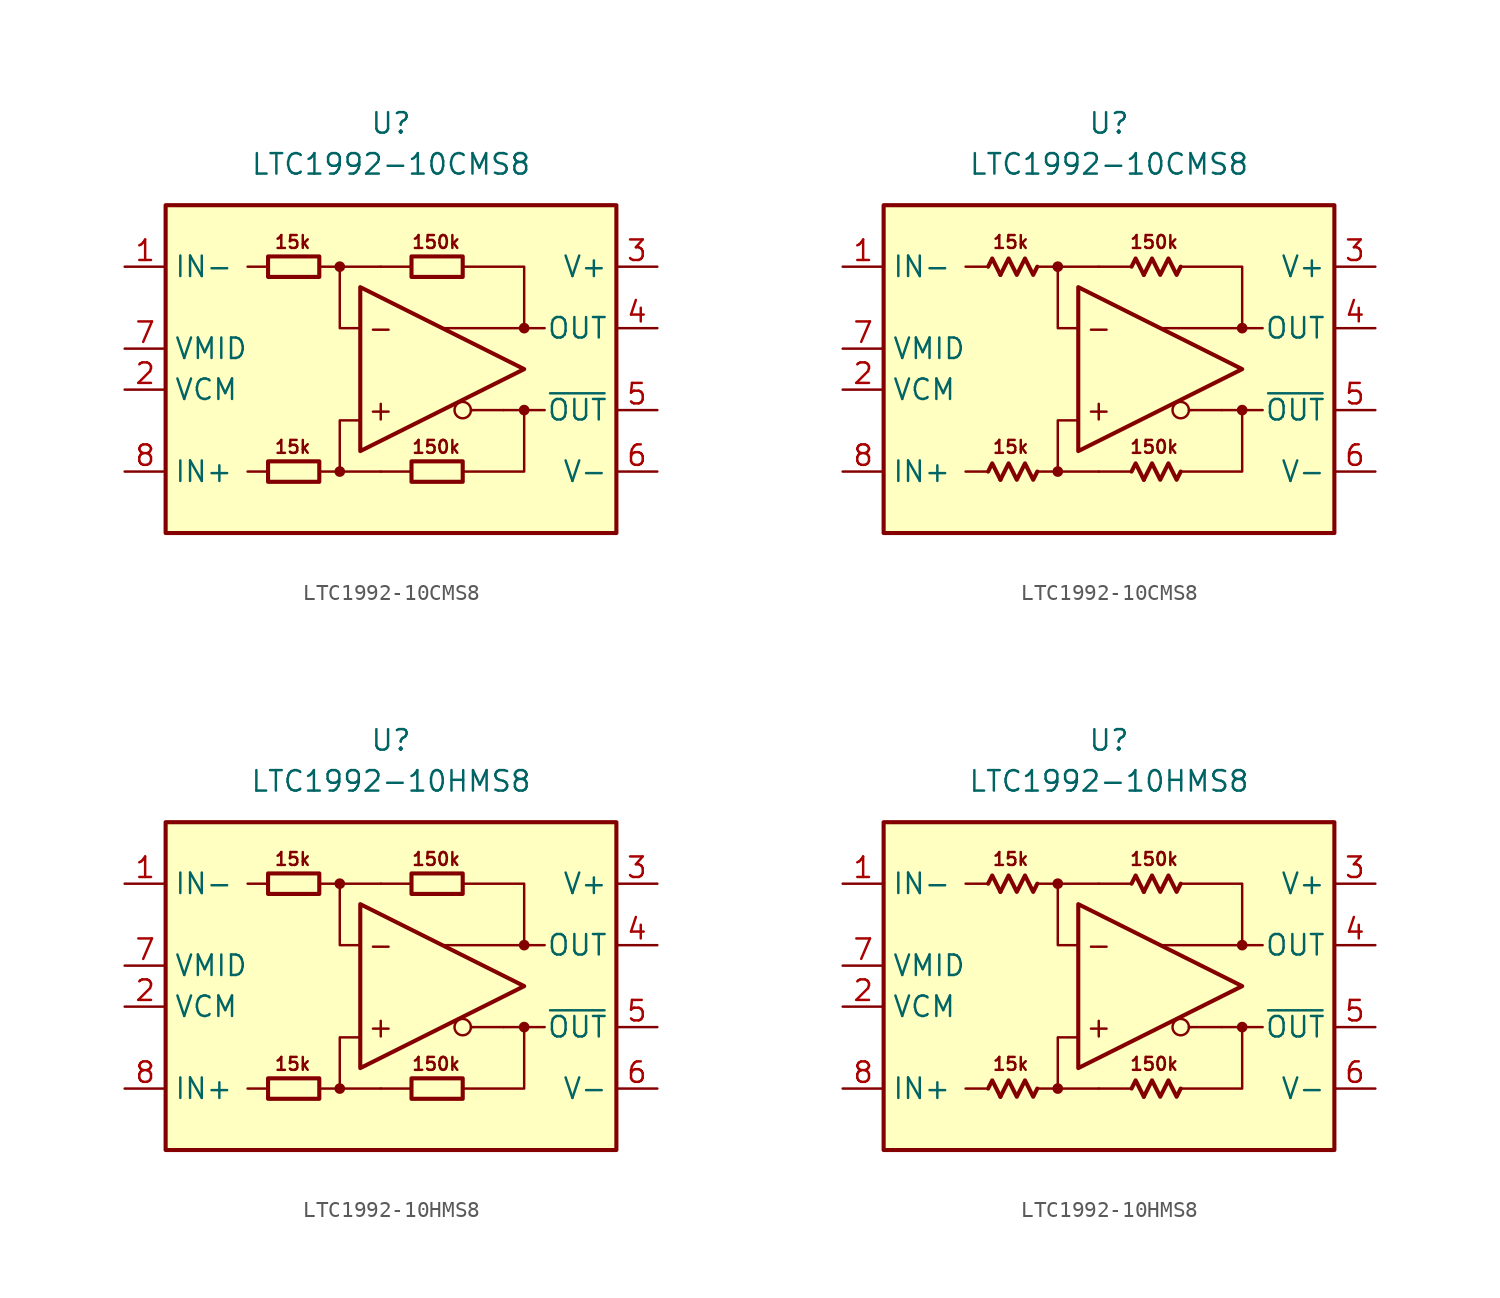
<source format=kicad_sym>
(kicad_symbol_lib
  (version 20231120)
  (generator "kicad_symbol_editor")
  (generator_version "8.0")
  (symbol "LTC1992-10CMS8"
    (property "Reference" "U"
      (at 0 15.24 0)
      (effects (font (size 1.27 1.27))))
    (property "Value" "LTC1992-10CMS8"
      (at 0 12.7 0)
      (effects (font (size 1.27 1.27))))
    (symbol "LTC1992-10CMS8_0_0"
      (rectangle (start -13.97 10.16) (end 13.97 -10.16) (stroke (width 0.254) (type default)) (fill (type background)))
      (circle (center -3.175 -6.35) (radius 0.254) (stroke (width 0.152) (type default)) (fill (type outline)))
      (circle (center -3.175 6.35) (radius 0.254) (stroke (width 0.152) (type default)) (fill (type outline)))
      (polyline (pts (xy -7.62 -6.35) (xy -8.89 -6.35)) (stroke (width 0.152) (type default)) (fill (type none)))
      (polyline (pts (xy -7.62 6.35) (xy -8.89 6.35)) (stroke (width 0.152) (type default)) (fill (type none)))
      (polyline (pts (xy -3.175 6.35) (xy -0.635 6.35)) (stroke (width 0.152) (type default)) (fill (type none)))
      (polyline (pts (xy -0.635 -6.35) (xy -3.175 -6.35)) (stroke (width 0.152) (type default)) (fill (type none)))
      (polyline (pts (xy 1.27 -6.35) (xy -0.635 -6.35)) (stroke (width 0.152) (type default)) (fill (type none)))
      (polyline (pts (xy 1.27 6.35) (xy -0.635 6.35)) (stroke (width 0.152) (type default)) (fill (type none)))
      (polyline (pts (xy 5.08 -2.54) (xy 4.953 -2.54)) (stroke (width 0.152) (type default)) (fill (type none)))
      (polyline (pts (xy 6.985 -2.54) (xy 5.08 -2.54)) (stroke (width 0.152) (type default)) (fill (type none)))
      (polyline (pts (xy 8.255 -2.54) (xy 9.525 -2.54)) (stroke (width 0.152) (type default)) (fill (type none)))
      (polyline (pts (xy 8.255 2.54) (xy 9.525 2.54)) (stroke (width 0.152) (type default)) (fill (type none)))
      (polyline (pts (xy -4.445 -6.35) (xy -3.175 -6.35) (xy -3.175 -3.175) (xy -1.905 -3.175)) (stroke (width 0.152) (type default)) (fill (type none)))
      (polyline (pts (xy -1.905 2.54) (xy -3.175 2.54) (xy -3.175 6.35) (xy -4.445 6.35)) (stroke (width 0.152) (type default)) (fill (type none)))
      (polyline (pts (xy 4.445 6.35) (xy 8.255 6.35) (xy 8.255 2.54) (xy 3.175 2.54)) (stroke (width 0.152) (type default)) (fill (type none)))
      (polyline (pts (xy 6.985 -2.54) (xy 8.255 -2.54) (xy 8.255 -6.35) (xy 4.445 -6.35)) (stroke (width 0.152) (type default)) (fill (type none)))
      (circle (center 4.445 -2.54) (radius 0.508) (stroke (width 0.152) (type default)) (fill (type none)))
      (circle (center 8.255 -2.54) (radius 0.254) (stroke (width 0.152) (type default)) (fill (type outline)))
      (circle (center 8.255 2.54) (radius 0.254) (stroke (width 0.152) (type default)) (fill (type outline)))
      (text "+" (at -0.635 -2.54 0) (effects (font (size 1.27 1.27))))
      (text "-" (at -0.635 2.54 0) (effects (font (size 1.27 1.27)))))
    (symbol "LTC1992-10CMS8_0_1"
      (rectangle (start -7.62 -5.715) (end -4.445 -6.985) (stroke (width 0.254) (type default)) (fill (type none)))
      (rectangle (start -7.62 6.985) (end -4.445 5.715) (stroke (width 0.254) (type default)) (fill (type none)))
      (rectangle (start 1.27 -5.715) (end 4.445 -6.985) (stroke (width 0.254) (type default)) (fill (type none)))
      (rectangle (start 1.27 6.985) (end 4.445 5.715) (stroke (width 0.254) (type default)) (fill (type none))))
    (symbol "LTC1992-10CMS8_0_2"
      (polyline (pts (xy -6.731 -6.858) (xy -7.239 -5.842) (xy -7.493 -6.35)) (stroke (width 0.254) (type default)) (fill (type none)))
      (polyline (pts (xy -6.731 5.842) (xy -7.239 6.858) (xy -7.493 6.35)) (stroke (width 0.254) (type default)) (fill (type none)))
      (polyline (pts (xy 2.159 -6.858) (xy 1.651 -5.842) (xy 1.397 -6.35)) (stroke (width 0.254) (type default)) (fill (type none)))
      (polyline (pts (xy 2.159 5.842) (xy 1.651 6.858) (xy 1.397 6.35)) (stroke (width 0.254) (type default)) (fill (type none)))
      (polyline (pts (xy -4.445 -6.35) (xy -4.699 -6.858) (xy -5.207 -5.842) (xy -5.715 -6.858) (xy -6.223 -5.842) (xy -6.731 -6.858)) (stroke (width 0.254) (type default)) (fill (type none)))
      (polyline (pts (xy -4.445 6.35) (xy -4.699 5.842) (xy -5.207 6.858) (xy -5.715 5.842) (xy -6.223 6.858) (xy -6.731 5.842)) (stroke (width 0.254) (type default)) (fill (type none)))
      (polyline (pts (xy 4.445 -6.35) (xy 4.191 -6.858) (xy 3.683 -5.842) (xy 3.175 -6.858) (xy 2.667 -5.842) (xy 2.159 -6.858)) (stroke (width 0.254) (type default)) (fill (type none)))
      (polyline (pts (xy 4.445 6.35) (xy 4.191 5.842) (xy 3.683 6.858) (xy 3.175 5.842) (xy 2.667 6.858) (xy 2.159 5.842)) (stroke (width 0.254) (type default)) (fill (type none))))
    (symbol "LTC1992-10CMS8_1_0"
      (polyline (pts (xy -1.905 5.08) (xy -1.905 -5.08) (xy 8.255 0) (xy -1.905 5.08)) (stroke (width 0.254) (type default)) (fill (type none)))
      (text "150k" (at 2.794 -4.826 0) (effects (font (size 0.8 0.8))))
      (text "150k" (at 2.794 7.874 0) (effects (font (size 0.8 0.8))))
      (text "15k" (at -6.096 -4.826 0) (effects (font (size 0.8 0.8))))
      (text "15k" (at -6.096 7.874 0) (effects (font (size 0.8 0.8)))))
    (symbol "LTC1992-10CMS8_1_1"
      (pin input line (at -16.51 6.35 0) (length 2.54) (name "IN-" (effects (font (size 1.27 1.27)))) (number "1" (effects (font (size 1.27 1.27)))))
      (pin input line (at -16.51 -1.27 0) (length 2.54) (name "VCM" (effects (font (size 1.27 1.27)))) (number "2" (effects (font (size 1.27 1.27)))))
      (pin power_in line (at 16.51 6.35 180) (length 2.54) (name "V+" (effects (font (size 1.27 1.27)))) (number "3" (effects (font (size 1.27 1.27)))))
      (pin output line (at 16.51 2.54 180) (length 2.54) (name "OUT" (effects (font (size 1.27 1.27)))) (number "4" (effects (font (size 1.27 1.27)))))
      (pin output line (at 16.51 -2.54 180) (length 2.54) (name "~{OUT}" (effects (font (size 1.27 1.27)))) (number "5" (effects (font (size 1.27 1.27)))))
      (pin power_in line (at 16.51 -6.35 180) (length 2.54) (name "V-" (effects (font (size 1.27 1.27)))) (number "6" (effects (font (size 1.27 1.27)))))
      (pin output line (at -16.51 1.27 0) (length 2.54) (name "VMID" (effects (font (size 1.27 1.27)))) (number "7" (effects (font (size 1.27 1.27)))))
      (pin input line (at -16.51 -6.35 0) (length 2.54) (name "IN+" (effects (font (size 1.27 1.27)))) (number "8" (effects (font (size 1.27 1.27))))))
    (symbol "LTC1992-10CMS8_1_2"
      (pin input line (at -16.51 6.35 0) (length 2.54) (name "IN-" (effects (font (size 1.27 1.27)))) (number "1" (effects (font (size 1.27 1.27)))))
      (pin input line (at -16.51 -1.27 0) (length 2.54) (name "VCM" (effects (font (size 1.27 1.27)))) (number "2" (effects (font (size 1.27 1.27)))))
      (pin power_in line (at 16.51 6.35 180) (length 2.54) (name "V+" (effects (font (size 1.27 1.27)))) (number "3" (effects (font (size 1.27 1.27)))))
      (pin output line (at 16.51 2.54 180) (length 2.54) (name "OUT" (effects (font (size 1.27 1.27)))) (number "4" (effects (font (size 1.27 1.27)))))
      (pin output line (at 16.51 -2.54 180) (length 2.54) (name "~{OUT}" (effects (font (size 1.27 1.27)))) (number "5" (effects (font (size 1.27 1.27)))))
      (pin power_in line (at 16.51 -6.35 180) (length 2.54) (name "V-" (effects (font (size 1.27 1.27)))) (number "6" (effects (font (size 1.27 1.27)))))
      (pin output line (at -16.51 1.27 0) (length 2.54) (name "VMID" (effects (font (size 1.27 1.27)))) (number "7" (effects (font (size 1.27 1.27)))))
      (pin input line (at -16.51 -6.35 0) (length 2.54) (name "IN+" (effects (font (size 1.27 1.27)))) (number "8" (effects (font (size 1.27 1.27)))))))
  (symbol "LTC1992-10HMS8"
    (property "Reference" "U"
      (at 0 15.24 0)
      (effects (font (size 1.27 1.27))))
    (property "Value" "LTC1992-10HMS8"
      (at 0 12.7 0)
      (effects (font (size 1.27 1.27))))
    (symbol "LTC1992-10HMS8_0_0"
      (rectangle (start -13.97 10.16) (end 13.97 -10.16) (stroke (width 0.254) (type default)) (fill (type background)))
      (circle (center -3.175 -6.35) (radius 0.254) (stroke (width 0.152) (type default)) (fill (type outline)))
      (circle (center -3.175 6.35) (radius 0.254) (stroke (width 0.152) (type default)) (fill (type outline)))
      (polyline (pts (xy -7.62 -6.35) (xy -8.89 -6.35)) (stroke (width 0.152) (type default)) (fill (type none)))
      (polyline (pts (xy -7.62 6.35) (xy -8.89 6.35)) (stroke (width 0.152) (type default)) (fill (type none)))
      (polyline (pts (xy -3.175 6.35) (xy -0.635 6.35)) (stroke (width 0.152) (type default)) (fill (type none)))
      (polyline (pts (xy -0.635 -6.35) (xy -3.175 -6.35)) (stroke (width 0.152) (type default)) (fill (type none)))
      (polyline (pts (xy 1.27 -6.35) (xy -0.635 -6.35)) (stroke (width 0.152) (type default)) (fill (type none)))
      (polyline (pts (xy 1.27 6.35) (xy -0.635 6.35)) (stroke (width 0.152) (type default)) (fill (type none)))
      (polyline (pts (xy 5.08 -2.54) (xy 4.953 -2.54)) (stroke (width 0.152) (type default)) (fill (type none)))
      (polyline (pts (xy 6.985 -2.54) (xy 5.08 -2.54)) (stroke (width 0.152) (type default)) (fill (type none)))
      (polyline (pts (xy 8.255 -2.54) (xy 9.525 -2.54)) (stroke (width 0.152) (type default)) (fill (type none)))
      (polyline (pts (xy 8.255 2.54) (xy 9.525 2.54)) (stroke (width 0.152) (type default)) (fill (type none)))
      (polyline (pts (xy -4.445 -6.35) (xy -3.175 -6.35) (xy -3.175 -3.175) (xy -1.905 -3.175)) (stroke (width 0.152) (type default)) (fill (type none)))
      (polyline (pts (xy -1.905 2.54) (xy -3.175 2.54) (xy -3.175 6.35) (xy -4.445 6.35)) (stroke (width 0.152) (type default)) (fill (type none)))
      (polyline (pts (xy 4.445 6.35) (xy 8.255 6.35) (xy 8.255 2.54) (xy 3.175 2.54)) (stroke (width 0.152) (type default)) (fill (type none)))
      (polyline (pts (xy 6.985 -2.54) (xy 8.255 -2.54) (xy 8.255 -6.35) (xy 4.445 -6.35)) (stroke (width 0.152) (type default)) (fill (type none)))
      (circle (center 4.445 -2.54) (radius 0.508) (stroke (width 0.152) (type default)) (fill (type none)))
      (circle (center 8.255 -2.54) (radius 0.254) (stroke (width 0.152) (type default)) (fill (type outline)))
      (circle (center 8.255 2.54) (radius 0.254) (stroke (width 0.152) (type default)) (fill (type outline)))
      (text "+" (at -0.635 -2.54 0) (effects (font (size 1.27 1.27))))
      (text "-" (at -0.635 2.54 0) (effects (font (size 1.27 1.27)))))
    (symbol "LTC1992-10HMS8_0_1"
      (rectangle (start -7.62 -5.715) (end -4.445 -6.985) (stroke (width 0.254) (type default)) (fill (type none)))
      (rectangle (start -7.62 6.985) (end -4.445 5.715) (stroke (width 0.254) (type default)) (fill (type none)))
      (rectangle (start 1.27 -5.715) (end 4.445 -6.985) (stroke (width 0.254) (type default)) (fill (type none)))
      (rectangle (start 1.27 6.985) (end 4.445 5.715) (stroke (width 0.254) (type default)) (fill (type none))))
    (symbol "LTC1992-10HMS8_0_2"
      (polyline (pts (xy -6.731 -6.858) (xy -7.239 -5.842) (xy -7.493 -6.35)) (stroke (width 0.254) (type default)) (fill (type none)))
      (polyline (pts (xy -6.731 5.842) (xy -7.239 6.858) (xy -7.493 6.35)) (stroke (width 0.254) (type default)) (fill (type none)))
      (polyline (pts (xy 2.159 -6.858) (xy 1.651 -5.842) (xy 1.397 -6.35)) (stroke (width 0.254) (type default)) (fill (type none)))
      (polyline (pts (xy 2.159 5.842) (xy 1.651 6.858) (xy 1.397 6.35)) (stroke (width 0.254) (type default)) (fill (type none)))
      (polyline (pts (xy -4.445 -6.35) (xy -4.699 -6.858) (xy -5.207 -5.842) (xy -5.715 -6.858) (xy -6.223 -5.842) (xy -6.731 -6.858)) (stroke (width 0.254) (type default)) (fill (type none)))
      (polyline (pts (xy -4.445 6.35) (xy -4.699 5.842) (xy -5.207 6.858) (xy -5.715 5.842) (xy -6.223 6.858) (xy -6.731 5.842)) (stroke (width 0.254) (type default)) (fill (type none)))
      (polyline (pts (xy 4.445 -6.35) (xy 4.191 -6.858) (xy 3.683 -5.842) (xy 3.175 -6.858) (xy 2.667 -5.842) (xy 2.159 -6.858)) (stroke (width 0.254) (type default)) (fill (type none)))
      (polyline (pts (xy 4.445 6.35) (xy 4.191 5.842) (xy 3.683 6.858) (xy 3.175 5.842) (xy 2.667 6.858) (xy 2.159 5.842)) (stroke (width 0.254) (type default)) (fill (type none))))
    (symbol "LTC1992-10HMS8_1_0"
      (polyline (pts (xy -1.905 5.08) (xy -1.905 -5.08) (xy 8.255 0) (xy -1.905 5.08)) (stroke (width 0.254) (type default)) (fill (type none)))
      (text "150k" (at 2.794 -4.826 0) (effects (font (size 0.8 0.8))))
      (text "150k" (at 2.794 7.874 0) (effects (font (size 0.8 0.8))))
      (text "15k" (at -6.096 -4.826 0) (effects (font (size 0.8 0.8))))
      (text "15k" (at -6.096 7.874 0) (effects (font (size 0.8 0.8)))))
    (symbol "LTC1992-10HMS8_1_1"
      (pin input line (at -16.51 6.35 0) (length 2.54) (name "IN-" (effects (font (size 1.27 1.27)))) (number "1" (effects (font (size 1.27 1.27)))))
      (pin input line (at -16.51 -1.27 0) (length 2.54) (name "VCM" (effects (font (size 1.27 1.27)))) (number "2" (effects (font (size 1.27 1.27)))))
      (pin power_in line (at 16.51 6.35 180) (length 2.54) (name "V+" (effects (font (size 1.27 1.27)))) (number "3" (effects (font (size 1.27 1.27)))))
      (pin output line (at 16.51 2.54 180) (length 2.54) (name "OUT" (effects (font (size 1.27 1.27)))) (number "4" (effects (font (size 1.27 1.27)))))
      (pin output line (at 16.51 -2.54 180) (length 2.54) (name "~{OUT}" (effects (font (size 1.27 1.27)))) (number "5" (effects (font (size 1.27 1.27)))))
      (pin power_in line (at 16.51 -6.35 180) (length 2.54) (name "V-" (effects (font (size 1.27 1.27)))) (number "6" (effects (font (size 1.27 1.27)))))
      (pin output line (at -16.51 1.27 0) (length 2.54) (name "VMID" (effects (font (size 1.27 1.27)))) (number "7" (effects (font (size 1.27 1.27)))))
      (pin input line (at -16.51 -6.35 0) (length 2.54) (name "IN+" (effects (font (size 1.27 1.27)))) (number "8" (effects (font (size 1.27 1.27))))))
    (symbol "LTC1992-10HMS8_1_2"
      (pin input line (at -16.51 6.35 0) (length 2.54) (name "IN-" (effects (font (size 1.27 1.27)))) (number "1" (effects (font (size 1.27 1.27)))))
      (pin input line (at -16.51 -1.27 0) (length 2.54) (name "VCM" (effects (font (size 1.27 1.27)))) (number "2" (effects (font (size 1.27 1.27)))))
      (pin power_in line (at 16.51 6.35 180) (length 2.54) (name "V+" (effects (font (size 1.27 1.27)))) (number "3" (effects (font (size 1.27 1.27)))))
      (pin output line (at 16.51 2.54 180) (length 2.54) (name "OUT" (effects (font (size 1.27 1.27)))) (number "4" (effects (font (size 1.27 1.27)))))
      (pin output line (at 16.51 -2.54 180) (length 2.54) (name "~{OUT}" (effects (font (size 1.27 1.27)))) (number "5" (effects (font (size 1.27 1.27)))))
      (pin power_in line (at 16.51 -6.35 180) (length 2.54) (name "V-" (effects (font (size 1.27 1.27)))) (number "6" (effects (font (size 1.27 1.27)))))
      (pin output line (at -16.51 1.27 0) (length 2.54) (name "VMID" (effects (font (size 1.27 1.27)))) (number "7" (effects (font (size 1.27 1.27)))))
      (pin input line (at -16.51 -6.35 0) (length 2.54) (name "IN+" (effects (font (size 1.27 1.27)))) (number "8" (effects (font (size 1.27 1.27))))))))
</source>
